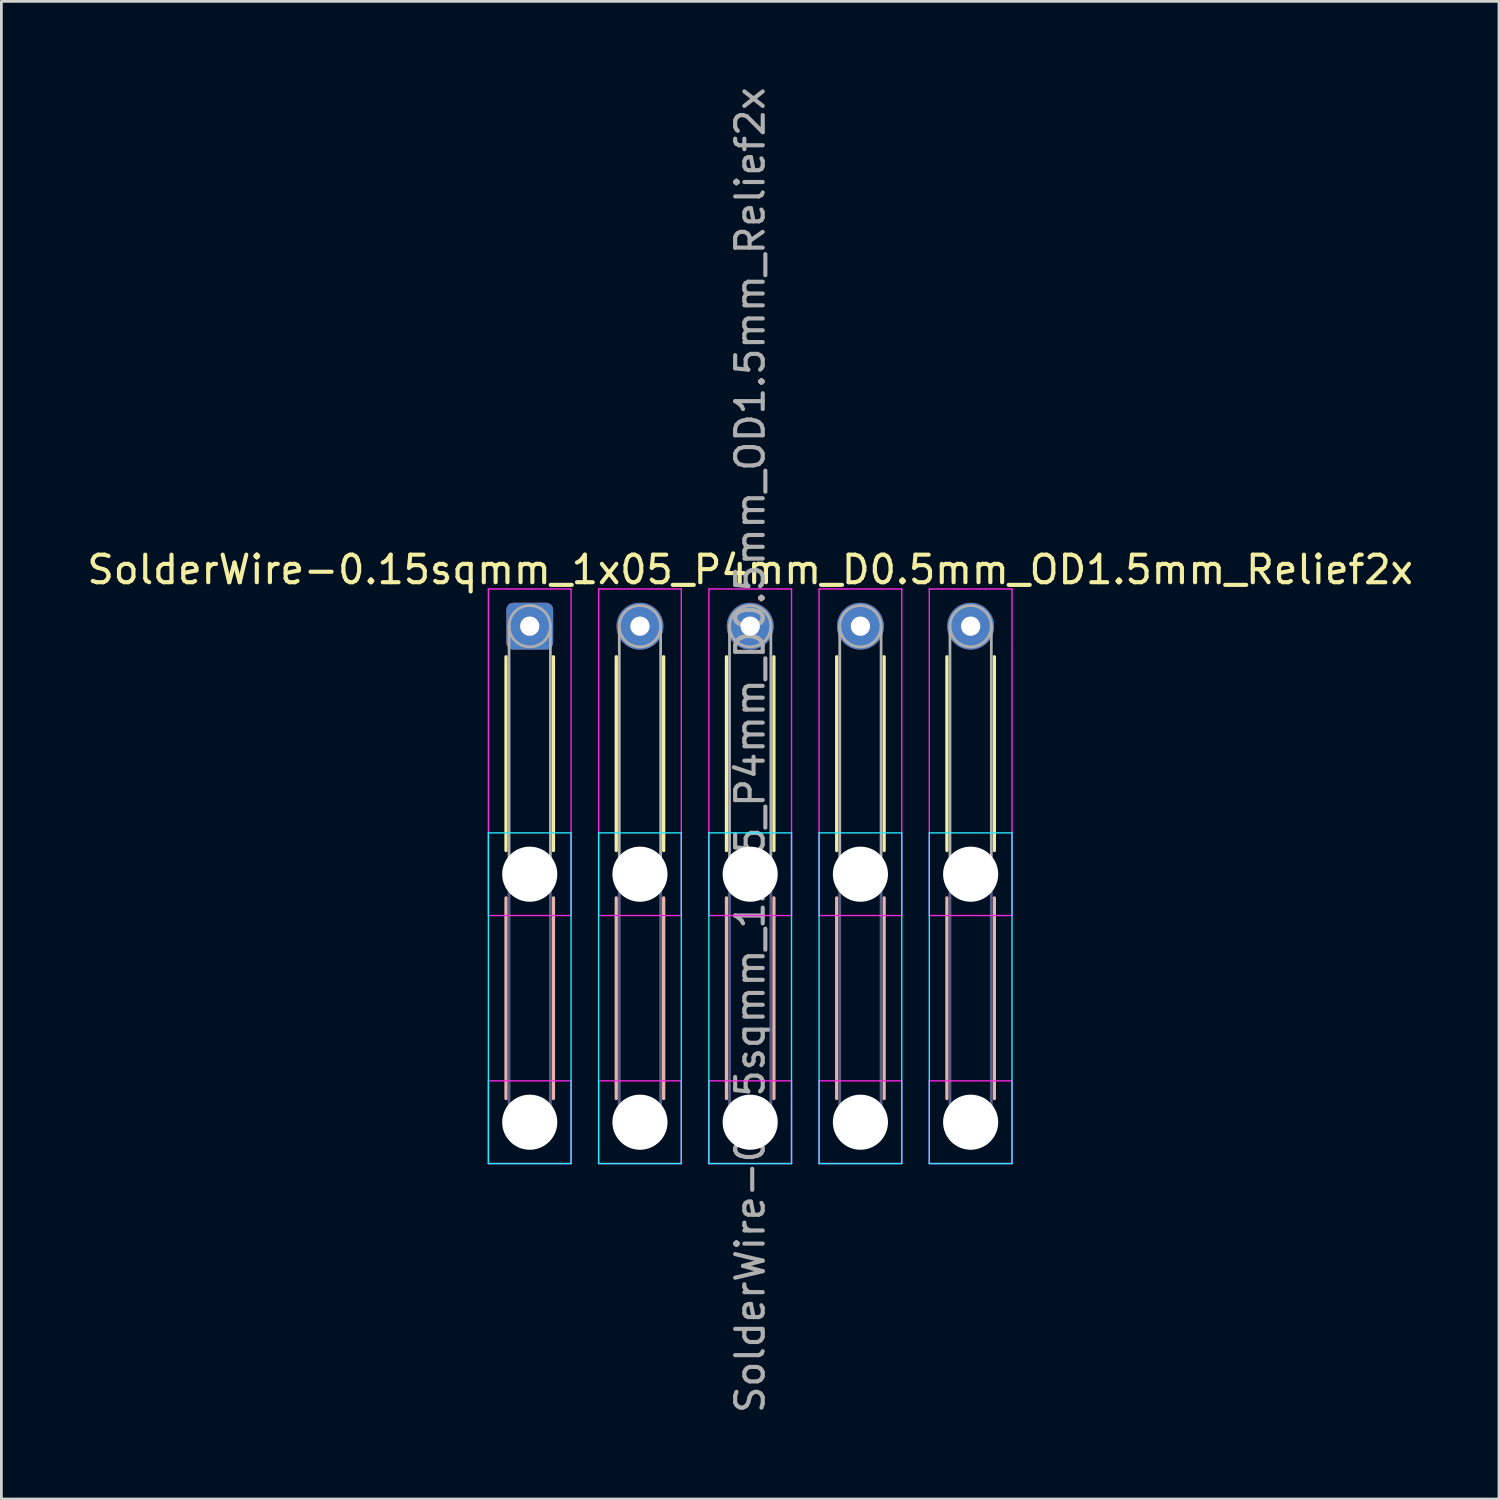
<source format=kicad_pcb>
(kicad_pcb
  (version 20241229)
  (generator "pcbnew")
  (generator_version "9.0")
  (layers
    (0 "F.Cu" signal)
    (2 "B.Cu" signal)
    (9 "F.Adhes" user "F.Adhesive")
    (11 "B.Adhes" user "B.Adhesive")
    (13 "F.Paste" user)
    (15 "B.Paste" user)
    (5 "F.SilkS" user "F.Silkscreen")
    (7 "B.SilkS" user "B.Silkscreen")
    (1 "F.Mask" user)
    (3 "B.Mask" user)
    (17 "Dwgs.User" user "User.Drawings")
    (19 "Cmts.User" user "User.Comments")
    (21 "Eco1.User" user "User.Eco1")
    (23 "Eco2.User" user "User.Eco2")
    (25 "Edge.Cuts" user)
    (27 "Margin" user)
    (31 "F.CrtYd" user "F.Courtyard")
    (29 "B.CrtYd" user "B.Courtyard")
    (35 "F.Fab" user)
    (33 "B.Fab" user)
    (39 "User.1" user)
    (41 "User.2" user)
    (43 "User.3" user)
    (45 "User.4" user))
  (footprint "SolderWire-0.15sqmm_1x05_P4mm_D0.5mm_OD1.5mm_Relief2x"
    (layer "F.Cu")
    (at 16.173 19.673)
    (property "Reference" "SolderWire-0.15sqmm_1x05_P4mm_D0.5mm_OD1.5mm_Relief2x" (at 8 -2.05 0) (layer "F.SilkS") (effects (font (size 1 1) (thickness 0.15))))
    (attr exclude_from_pos_files exclude_from_bom)
    (fp_line (start -0.86 1.11) (end -0.86 8.14) (stroke (width 0.12) (type solid)) (layer "F.SilkS"))
    (fp_line (start 0.86 1.11) (end 0.86 8.14) (stroke (width 0.12) (type solid)) (layer "F.SilkS"))
    (fp_line (start 3.14 1.11) (end 3.14 8.14) (stroke (width 0.12) (type solid)) (layer "F.SilkS"))
    (fp_line (start 4.86 1.11) (end 4.86 8.14) (stroke (width 0.12) (type solid)) (layer "F.SilkS"))
    (fp_line (start 7.14 1.11) (end 7.14 8.14) (stroke (width 0.12) (type solid)) (layer "F.SilkS"))
    (fp_line (start 8.86 1.11) (end 8.86 8.14) (stroke (width 0.12) (type solid)) (layer "F.SilkS"))
    (fp_line (start 11.14 1.11) (end 11.14 8.14) (stroke (width 0.12) (type solid)) (layer "F.SilkS"))
    (fp_line (start 12.86 1.11) (end 12.86 8.14) (stroke (width 0.12) (type solid)) (layer "F.SilkS"))
    (fp_line (start 15.14 1.11) (end 15.14 8.14) (stroke (width 0.12) (type solid)) (layer "F.SilkS"))
    (fp_line (start 16.86 1.11) (end 16.86 8.14) (stroke (width 0.12) (type solid)) (layer "F.SilkS"))
    (fp_line (start -0.86 9.86) (end -0.86 17.14) (stroke (width 0.12) (type solid)) (layer "B.SilkS"))
    (fp_line (start 0.86 9.86) (end 0.86 17.14) (stroke (width 0.12) (type solid)) (layer "B.SilkS"))
    (fp_line (start 3.14 9.86) (end 3.14 17.14) (stroke (width 0.12) (type solid)) (layer "B.SilkS"))
    (fp_line (start 4.86 9.86) (end 4.86 17.14) (stroke (width 0.12) (type solid)) (layer "B.SilkS"))
    (fp_line (start 7.14 9.86) (end 7.14 17.14) (stroke (width 0.12) (type solid)) (layer "B.SilkS"))
    (fp_line (start 8.86 9.86) (end 8.86 17.14) (stroke (width 0.12) (type solid)) (layer "B.SilkS"))
    (fp_line (start 11.14 9.86) (end 11.14 17.14) (stroke (width 0.12) (type solid)) (layer "B.SilkS"))
    (fp_line (start 12.86 9.86) (end 12.86 17.14) (stroke (width 0.12) (type solid)) (layer "B.SilkS"))
    (fp_line (start 15.14 9.86) (end 15.14 17.14) (stroke (width 0.12) (type solid)) (layer "B.SilkS"))
    (fp_line (start 16.86 9.86) (end 16.86 17.14) (stroke (width 0.12) (type solid)) (layer "B.SilkS"))
    (fp_line (start -1.5 7.5) (end -1.5 19.5) (stroke (width 0.05) (type solid)) (layer "B.CrtYd"))
    (fp_line (start -1.5 19.5) (end 1.5 19.5) (stroke (width 0.05) (type solid)) (layer "B.CrtYd"))
    (fp_line (start 1.5 7.5) (end -1.5 7.5) (stroke (width 0.05) (type solid)) (layer "B.CrtYd"))
    (fp_line (start 1.5 19.5) (end 1.5 7.5) (stroke (width 0.05) (type solid)) (layer "B.CrtYd"))
    (fp_line (start 2.5 7.5) (end 2.5 19.5) (stroke (width 0.05) (type solid)) (layer "B.CrtYd"))
    (fp_line (start 2.5 19.5) (end 5.5 19.5) (stroke (width 0.05) (type solid)) (layer "B.CrtYd"))
    (fp_line (start 5.5 7.5) (end 2.5 7.5) (stroke (width 0.05) (type solid)) (layer "B.CrtYd"))
    (fp_line (start 5.5 19.5) (end 5.5 7.5) (stroke (width 0.05) (type solid)) (layer "B.CrtYd"))
    (fp_line (start 6.5 7.5) (end 6.5 19.5) (stroke (width 0.05) (type solid)) (layer "B.CrtYd"))
    (fp_line (start 6.5 19.5) (end 9.5 19.5) (stroke (width 0.05) (type solid)) (layer "B.CrtYd"))
    (fp_line (start 9.5 7.5) (end 6.5 7.5) (stroke (width 0.05) (type solid)) (layer "B.CrtYd"))
    (fp_line (start 9.5 19.5) (end 9.5 7.5) (stroke (width 0.05) (type solid)) (layer "B.CrtYd"))
    (fp_line (start 10.5 7.5) (end 10.5 19.5) (stroke (width 0.05) (type solid)) (layer "B.CrtYd"))
    (fp_line (start 10.5 19.5) (end 13.5 19.5) (stroke (width 0.05) (type solid)) (layer "B.CrtYd"))
    (fp_line (start 13.5 7.5) (end 10.5 7.5) (stroke (width 0.05) (type solid)) (layer "B.CrtYd"))
    (fp_line (start 13.5 19.5) (end 13.5 7.5) (stroke (width 0.05) (type solid)) (layer "B.CrtYd"))
    (fp_line (start 14.5 7.5) (end 14.5 19.5) (stroke (width 0.05) (type solid)) (layer "B.CrtYd"))
    (fp_line (start 14.5 19.5) (end 17.5 19.5) (stroke (width 0.05) (type solid)) (layer "B.CrtYd"))
    (fp_line (start 17.5 7.5) (end 14.5 7.5) (stroke (width 0.05) (type solid)) (layer "B.CrtYd"))
    (fp_line (start 17.5 19.5) (end 17.5 7.5) (stroke (width 0.05) (type solid)) (layer "B.CrtYd"))
    (fp_line (start -1.5 -1.35) (end -1.5 10.5) (stroke (width 0.05) (type solid)) (layer "F.CrtYd"))
    (fp_line (start -1.5 10.5) (end 1.5 10.5) (stroke (width 0.05) (type solid)) (layer "F.CrtYd"))
    (fp_line (start -1.5 16.5) (end -1.5 19.5) (stroke (width 0.05) (type solid)) (layer "F.CrtYd"))
    (fp_line (start -1.5 19.5) (end 1.5 19.5) (stroke (width 0.05) (type solid)) (layer "F.CrtYd"))
    (fp_line (start 1.5 -1.35) (end -1.5 -1.35) (stroke (width 0.05) (type solid)) (layer "F.CrtYd"))
    (fp_line (start 1.5 10.5) (end 1.5 -1.35) (stroke (width 0.05) (type solid)) (layer "F.CrtYd"))
    (fp_line (start 1.5 16.5) (end -1.5 16.5) (stroke (width 0.05) (type solid)) (layer "F.CrtYd"))
    (fp_line (start 1.5 19.5) (end 1.5 16.5) (stroke (width 0.05) (type solid)) (layer "F.CrtYd"))
    (fp_line (start 2.5 -1.35) (end 2.5 10.5) (stroke (width 0.05) (type solid)) (layer "F.CrtYd"))
    (fp_line (start 2.5 10.5) (end 5.5 10.5) (stroke (width 0.05) (type solid)) (layer "F.CrtYd"))
    (fp_line (start 2.5 16.5) (end 2.5 19.5) (stroke (width 0.05) (type solid)) (layer "F.CrtYd"))
    (fp_line (start 2.5 19.5) (end 5.5 19.5) (stroke (width 0.05) (type solid)) (layer "F.CrtYd"))
    (fp_line (start 5.5 -1.35) (end 2.5 -1.35) (stroke (width 0.05) (type solid)) (layer "F.CrtYd"))
    (fp_line (start 5.5 10.5) (end 5.5 -1.35) (stroke (width 0.05) (type solid)) (layer "F.CrtYd"))
    (fp_line (start 5.5 16.5) (end 2.5 16.5) (stroke (width 0.05) (type solid)) (layer "F.CrtYd"))
    (fp_line (start 5.5 19.5) (end 5.5 16.5) (stroke (width 0.05) (type solid)) (layer "F.CrtYd"))
    (fp_line (start 6.5 -1.35) (end 6.5 10.5) (stroke (width 0.05) (type solid)) (layer "F.CrtYd"))
    (fp_line (start 6.5 10.5) (end 9.5 10.5) (stroke (width 0.05) (type solid)) (layer "F.CrtYd"))
    (fp_line (start 6.5 16.5) (end 6.5 19.5) (stroke (width 0.05) (type solid)) (layer "F.CrtYd"))
    (fp_line (start 6.5 19.5) (end 9.5 19.5) (stroke (width 0.05) (type solid)) (layer "F.CrtYd"))
    (fp_line (start 9.5 -1.35) (end 6.5 -1.35) (stroke (width 0.05) (type solid)) (layer "F.CrtYd"))
    (fp_line (start 9.5 10.5) (end 9.5 -1.35) (stroke (width 0.05) (type solid)) (layer "F.CrtYd"))
    (fp_line (start 9.5 16.5) (end 6.5 16.5) (stroke (width 0.05) (type solid)) (layer "F.CrtYd"))
    (fp_line (start 9.5 19.5) (end 9.5 16.5) (stroke (width 0.05) (type solid)) (layer "F.CrtYd"))
    (fp_line (start 10.5 -1.35) (end 10.5 10.5) (stroke (width 0.05) (type solid)) (layer "F.CrtYd"))
    (fp_line (start 10.5 10.5) (end 13.5 10.5) (stroke (width 0.05) (type solid)) (layer "F.CrtYd"))
    (fp_line (start 10.5 16.5) (end 10.5 19.5) (stroke (width 0.05) (type solid)) (layer "F.CrtYd"))
    (fp_line (start 10.5 19.5) (end 13.5 19.5) (stroke (width 0.05) (type solid)) (layer "F.CrtYd"))
    (fp_line (start 13.5 -1.35) (end 10.5 -1.35) (stroke (width 0.05) (type solid)) (layer "F.CrtYd"))
    (fp_line (start 13.5 10.5) (end 13.5 -1.35) (stroke (width 0.05) (type solid)) (layer "F.CrtYd"))
    (fp_line (start 13.5 16.5) (end 10.5 16.5) (stroke (width 0.05) (type solid)) (layer "F.CrtYd"))
    (fp_line (start 13.5 19.5) (end 13.5 16.5) (stroke (width 0.05) (type solid)) (layer "F.CrtYd"))
    (fp_line (start 14.5 -1.35) (end 14.5 10.5) (stroke (width 0.05) (type solid)) (layer "F.CrtYd"))
    (fp_line (start 14.5 10.5) (end 17.5 10.5) (stroke (width 0.05) (type solid)) (layer "F.CrtYd"))
    (fp_line (start 14.5 16.5) (end 14.5 19.5) (stroke (width 0.05) (type solid)) (layer "F.CrtYd"))
    (fp_line (start 14.5 19.5) (end 17.5 19.5) (stroke (width 0.05) (type solid)) (layer "F.CrtYd"))
    (fp_line (start 17.5 -1.35) (end 14.5 -1.35) (stroke (width 0.05) (type solid)) (layer "F.CrtYd"))
    (fp_line (start 17.5 10.5) (end 17.5 -1.35) (stroke (width 0.05) (type solid)) (layer "F.CrtYd"))
    (fp_line (start 17.5 16.5) (end 14.5 16.5) (stroke (width 0.05) (type solid)) (layer "F.CrtYd"))
    (fp_line (start 17.5 19.5) (end 17.5 16.5) (stroke (width 0.05) (type solid)) (layer "F.CrtYd"))
    (fp_line (start -0.75 9) (end -0.75 18) (stroke (width 0.1) (type solid)) (layer "B.Fab"))
    (fp_line (start 0.75 9) (end 0.75 18) (stroke (width 0.1) (type solid)) (layer "B.Fab"))
    (fp_line (start 3.25 9) (end 3.25 18) (stroke (width 0.1) (type solid)) (layer "B.Fab"))
    (fp_line (start 4.75 9) (end 4.75 18) (stroke (width 0.1) (type solid)) (layer "B.Fab"))
    (fp_line (start 7.25 9) (end 7.25 18) (stroke (width 0.1) (type solid)) (layer "B.Fab"))
    (fp_line (start 8.75 9) (end 8.75 18) (stroke (width 0.1) (type solid)) (layer "B.Fab"))
    (fp_line (start 11.25 9) (end 11.25 18) (stroke (width 0.1) (type solid)) (layer "B.Fab"))
    (fp_line (start 12.75 9) (end 12.75 18) (stroke (width 0.1) (type solid)) (layer "B.Fab"))
    (fp_line (start 15.25 9) (end 15.25 18) (stroke (width 0.1) (type solid)) (layer "B.Fab"))
    (fp_line (start 16.75 9) (end 16.75 18) (stroke (width 0.1) (type solid)) (layer "B.Fab"))
    (fp_circle (center 0 9) (end 0.75 9) (stroke (width 0.1) (type solid)) (fill no) (layer "B.Fab"))
    (fp_circle (center 0 18) (end 0.75 18) (stroke (width 0.1) (type solid)) (fill no) (layer "B.Fab"))
    (fp_circle (center 4 9) (end 4.75 9) (stroke (width 0.1) (type solid)) (fill no) (layer "B.Fab"))
    (fp_circle (center 4 18) (end 4.75 18) (stroke (width 0.1) (type solid)) (fill no) (layer "B.Fab"))
    (fp_circle (center 8 9) (end 8.75 9) (stroke (width 0.1) (type solid)) (fill no) (layer "B.Fab"))
    (fp_circle (center 8 18) (end 8.75 18) (stroke (width 0.1) (type solid)) (fill no) (layer "B.Fab"))
    (fp_circle (center 12 9) (end 12.75 9) (stroke (width 0.1) (type solid)) (fill no) (layer "B.Fab"))
    (fp_circle (center 12 18) (end 12.75 18) (stroke (width 0.1) (type solid)) (fill no) (layer "B.Fab"))
    (fp_circle (center 16 9) (end 16.75 9) (stroke (width 0.1) (type solid)) (fill no) (layer "B.Fab"))
    (fp_circle (center 16 18) (end 16.75 18) (stroke (width 0.1) (type solid)) (fill no) (layer "B.Fab"))
    (fp_line (start -0.75 0) (end -0.75 9) (stroke (width 0.1) (type solid)) (layer "F.Fab"))
    (fp_line (start 0.75 0) (end 0.75 9) (stroke (width 0.1) (type solid)) (layer "F.Fab"))
    (fp_line (start 3.25 0) (end 3.25 9) (stroke (width 0.1) (type solid)) (layer "F.Fab"))
    (fp_line (start 4.75 0) (end 4.75 9) (stroke (width 0.1) (type solid)) (layer "F.Fab"))
    (fp_line (start 7.25 0) (end 7.25 9) (stroke (width 0.1) (type solid)) (layer "F.Fab"))
    (fp_line (start 8.75 0) (end 8.75 9) (stroke (width 0.1) (type solid)) (layer "F.Fab"))
    (fp_line (start 11.25 0) (end 11.25 9) (stroke (width 0.1) (type solid)) (layer "F.Fab"))
    (fp_line (start 12.75 0) (end 12.75 9) (stroke (width 0.1) (type solid)) (layer "F.Fab"))
    (fp_line (start 15.25 0) (end 15.25 9) (stroke (width 0.1) (type solid)) (layer "F.Fab"))
    (fp_line (start 16.75 0) (end 16.75 9) (stroke (width 0.1) (type solid)) (layer "F.Fab"))
    (fp_circle (center 0 0) (end 0.75 0) (stroke (width 0.1) (type solid)) (fill no) (layer "F.Fab"))
    (fp_circle (center 0 9) (end 0.75 9) (stroke (width 0.1) (type solid)) (fill no) (layer "F.Fab"))
    (fp_circle (center 0 18) (end 0.75 18) (stroke (width 0.1) (type solid)) (fill no) (layer "F.Fab"))
    (fp_circle (center 4 0) (end 4.75 0) (stroke (width 0.1) (type solid)) (fill no) (layer "F.Fab"))
    (fp_circle (center 4 9) (end 4.75 9) (stroke (width 0.1) (type solid)) (fill no) (layer "F.Fab"))
    (fp_circle (center 4 18) (end 4.75 18) (stroke (width 0.1) (type solid)) (fill no) (layer "F.Fab"))
    (fp_circle (center 8 0) (end 8.75 0) (stroke (width 0.1) (type solid)) (fill no) (layer "F.Fab"))
    (fp_circle (center 8 9) (end 8.75 9) (stroke (width 0.1) (type solid)) (fill no) (layer "F.Fab"))
    (fp_circle (center 8 18) (end 8.75 18) (stroke (width 0.1) (type solid)) (fill no) (layer "F.Fab"))
    (fp_circle (center 12 0) (end 12.75 0) (stroke (width 0.1) (type solid)) (fill no) (layer "F.Fab"))
    (fp_circle (center 12 9) (end 12.75 9) (stroke (width 0.1) (type solid)) (fill no) (layer "F.Fab"))
    (fp_circle (center 12 18) (end 12.75 18) (stroke (width 0.1) (type solid)) (fill no) (layer "F.Fab"))
    (fp_circle (center 16 0) (end 16.75 0) (stroke (width 0.1) (type solid)) (fill no) (layer "F.Fab"))
    (fp_circle (center 16 9) (end 16.75 9) (stroke (width 0.1) (type solid)) (fill no) (layer "F.Fab"))
    (fp_circle (center 16 18) (end 16.75 18) (stroke (width 0.1) (type solid)) (fill no) (layer "F.Fab"))
    (fp_text user "${REFERENCE}" (at 8 4.5 90) (layer "F.Fab") (effects (font (size 1 1) (thickness 0.15))))
    (pad "" np_thru_hole circle (at 0 9) (size 2 2) (drill 2) (layers "*.Cu" "*.Mask"))
    (pad "" np_thru_hole circle (at 0 18) (size 2 2) (drill 2) (layers "*.Cu" "*.Mask"))
    (pad "" np_thru_hole circle (at 4 9) (size 2 2) (drill 2) (layers "*.Cu" "*.Mask"))
    (pad "" np_thru_hole circle (at 4 18) (size 2 2) (drill 2) (layers "*.Cu" "*.Mask"))
    (pad "" np_thru_hole circle (at 8 9) (size 2 2) (drill 2) (layers "*.Cu" "*.Mask"))
    (pad "" np_thru_hole circle (at 8 18) (size 2 2) (drill 2) (layers "*.Cu" "*.Mask"))
    (pad "" np_thru_hole circle (at 12 9) (size 2 2) (drill 2) (layers "*.Cu" "*.Mask"))
    (pad "" np_thru_hole circle (at 12 18) (size 2 2) (drill 2) (layers "*.Cu" "*.Mask"))
    (pad "" np_thru_hole circle (at 16 9) (size 2 2) (drill 2) (layers "*.Cu" "*.Mask"))
    (pad "" np_thru_hole circle (at 16 18) (size 2 2) (drill 2) (layers "*.Cu" "*.Mask"))
    (pad "1" thru_hole roundrect (at 0 0) (size 1.7 1.7) (drill 0.7) (layers "*.Cu" "*.Mask") (roundrect_rratio 0.147))
    (pad "2" thru_hole circle (at 4 0) (size 1.7 1.7) (drill 0.7) (layers "*.Cu" "*.Mask"))
    (pad "3" thru_hole circle (at 8 0) (size 1.7 1.7) (drill 0.7) (layers "*.Cu" "*.Mask"))
    (pad "4" thru_hole circle (at 12 0) (size 1.7 1.7) (drill 0.7) (layers "*.Cu" "*.Mask"))
    (pad "5" thru_hole circle (at 16 0) (size 1.7 1.7) (drill 0.7) (layers "*.Cu" "*.Mask")))
  (gr_rect
    (start -3 -3)
    (end 51.345 51.345)
    (stroke (width 0.1) (type default))
    (fill no)
    (layer "Edge.Cuts")))
</source>
